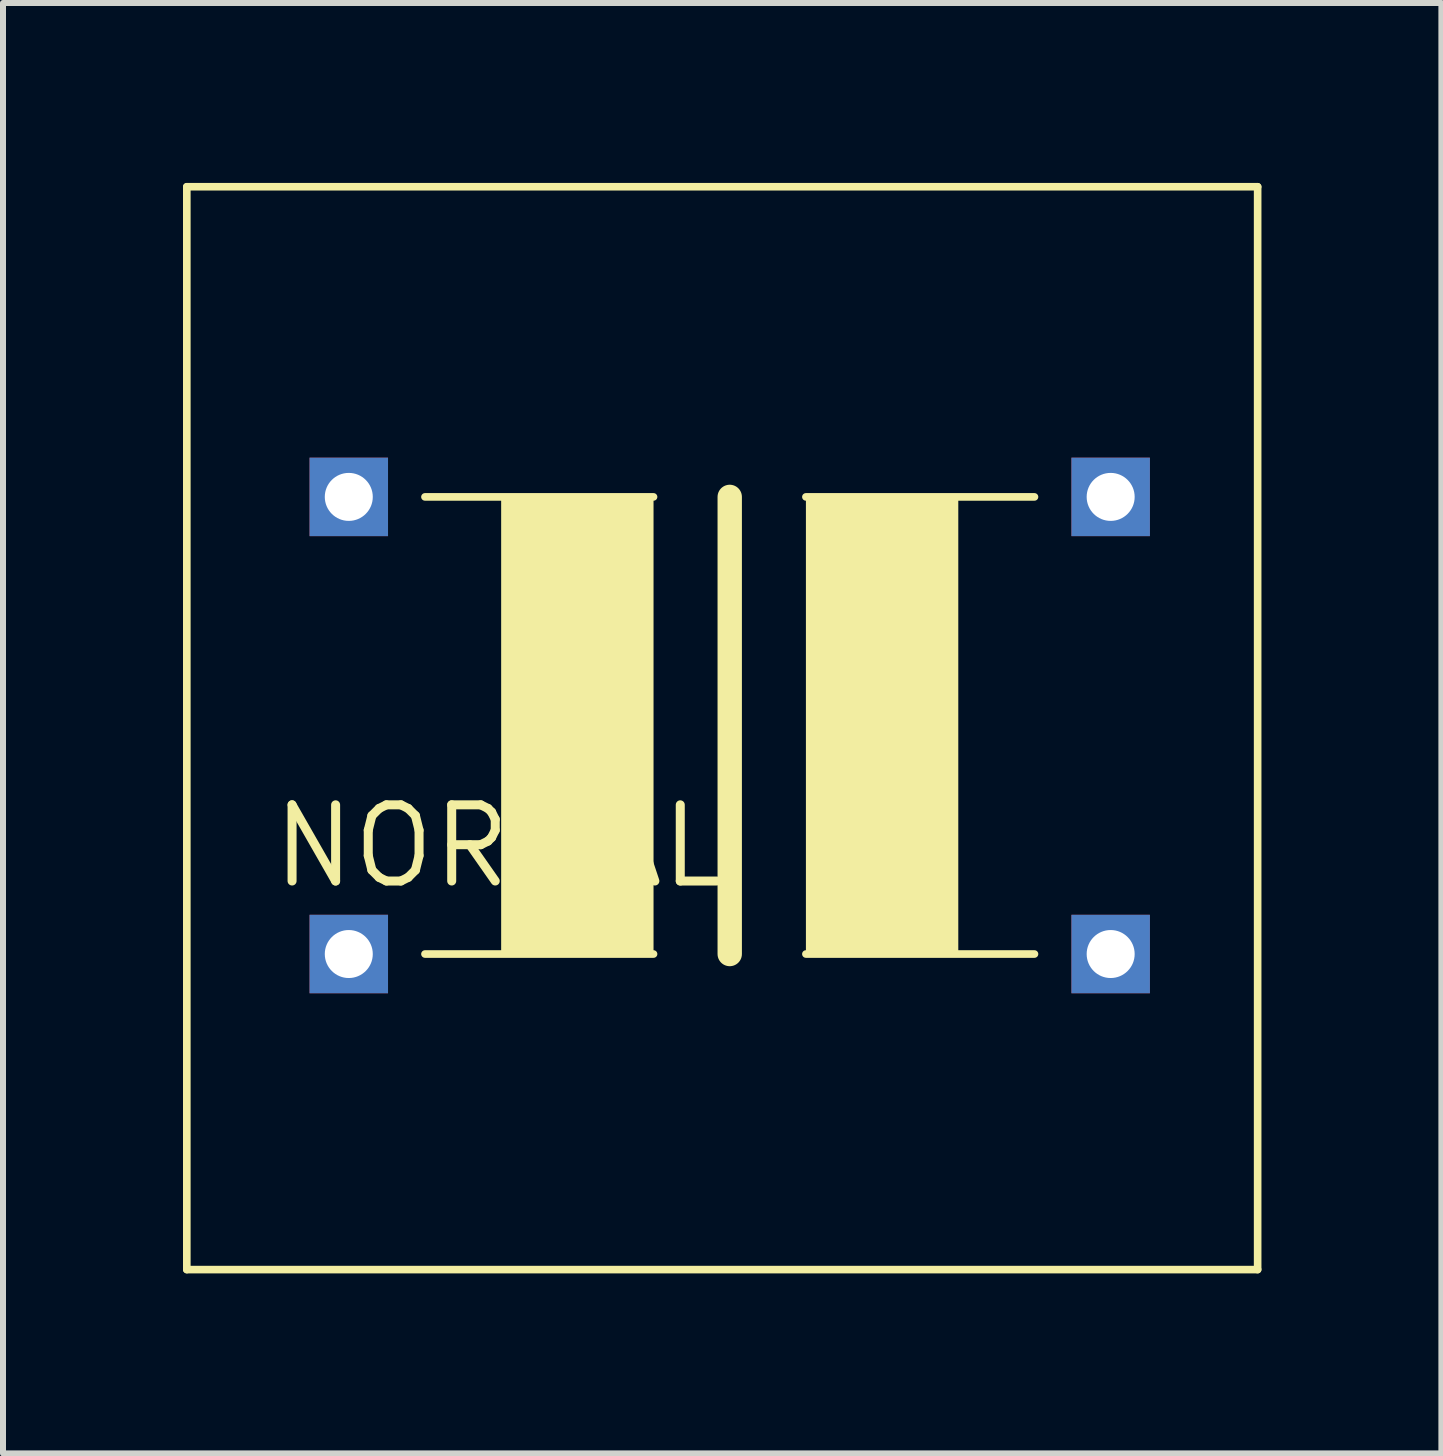
<source format=kicad_pcb>
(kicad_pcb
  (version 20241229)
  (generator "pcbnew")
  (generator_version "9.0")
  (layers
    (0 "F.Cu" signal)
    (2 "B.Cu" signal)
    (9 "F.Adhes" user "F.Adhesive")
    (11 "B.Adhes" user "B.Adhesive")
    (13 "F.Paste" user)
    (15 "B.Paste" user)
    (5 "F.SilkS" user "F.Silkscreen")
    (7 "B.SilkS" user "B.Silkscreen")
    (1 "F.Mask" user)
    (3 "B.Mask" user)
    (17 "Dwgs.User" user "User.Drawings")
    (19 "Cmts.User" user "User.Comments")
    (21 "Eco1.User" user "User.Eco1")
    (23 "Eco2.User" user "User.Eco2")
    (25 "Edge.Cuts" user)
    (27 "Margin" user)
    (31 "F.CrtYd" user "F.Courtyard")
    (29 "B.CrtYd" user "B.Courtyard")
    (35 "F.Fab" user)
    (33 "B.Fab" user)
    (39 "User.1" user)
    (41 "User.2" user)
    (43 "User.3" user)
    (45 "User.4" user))
  (footprint "NORMAL"
    (layer "F.Cu")
    (at 9.114 10.313)
    (property "Reference" "NORMAL" (at 0 0 0) (layer "F.SilkS") (effects (font (size 1.27 1.27) (thickness 0.15)) (justify right top)))
    (attr through_hole)
    (fp_line (start -9.05 -10.25) (end 8.8 -10.25) (stroke (width 0.127) (type solid)) (layer "F.SilkS"))
    (fp_line (start -9.05 7.8) (end -9.05 -10.25) (stroke (width 0.127) (type solid)) (layer "F.SilkS"))
    (fp_line (start -1.27 -5.08) (end -5.08 -5.08) (stroke (width 0.127) (type solid)) (layer "F.SilkS"))
    (fp_line (start -1.27 2.54) (end -5.08 2.54) (stroke (width 0.127) (type solid)) (layer "F.SilkS"))
    (fp_line (start 0 2.54) (end 0 -5.08) (stroke (width 0.406) (type solid)) (layer "F.SilkS"))
    (fp_line (start 1.27 -5.08) (end 5.08 -5.08) (stroke (width 0.127) (type solid)) (layer "F.SilkS"))
    (fp_line (start 1.27 2.54) (end 5.08 2.54) (stroke (width 0.127) (type solid)) (layer "F.SilkS"))
    (fp_line (start 8.8 -10.25) (end 8.8 7.8) (stroke (width 0.127) (type solid)) (layer "F.SilkS"))
    (fp_line (start 8.8 7.8) (end -9.05 7.8) (stroke (width 0.127) (type solid)) (layer "F.SilkS"))
    (fp_poly (pts (xy -3.81 -5.08) (xy -3.81 2.54) (xy -1.27 2.54) (xy -1.27 -5.08)) (stroke (width 0) (type solid)) (fill yes) (layer "F.SilkS"))
    (fp_poly (pts (xy 3.81 2.54) (xy 3.81 -5.08) (xy 1.27 -5.08) (xy 1.27 2.54)) (stroke (width 0) (type solid)) (fill yes) (layer "F.SilkS"))
    (pad "P$1" thru_hole rect (at -6.35 -5.08 90) (size 1.308 1.308) (drill 0.8) (layers "*.Cu" "*.Mask"))
    (pad "P$2" thru_hole rect (at -6.35 2.54 90) (size 1.308 1.308) (drill 0.8) (layers "*.Cu" "*.Mask"))
    (pad "P$3" thru_hole rect (at 6.35 -5.08 90) (size 1.308 1.308) (drill 0.8) (layers "*.Cu" "*.Mask"))
    (pad "P$4" thru_hole rect (at 6.35 2.54 90) (size 1.308 1.308) (drill 0.8) (layers "*.Cu" "*.Mask")))
  (gr_rect
    (start -3 -3)
    (end 20.977 21.177)
    (stroke (width 0.1) (type default))
    (fill no)
    (layer "Edge.Cuts")))
</source>
